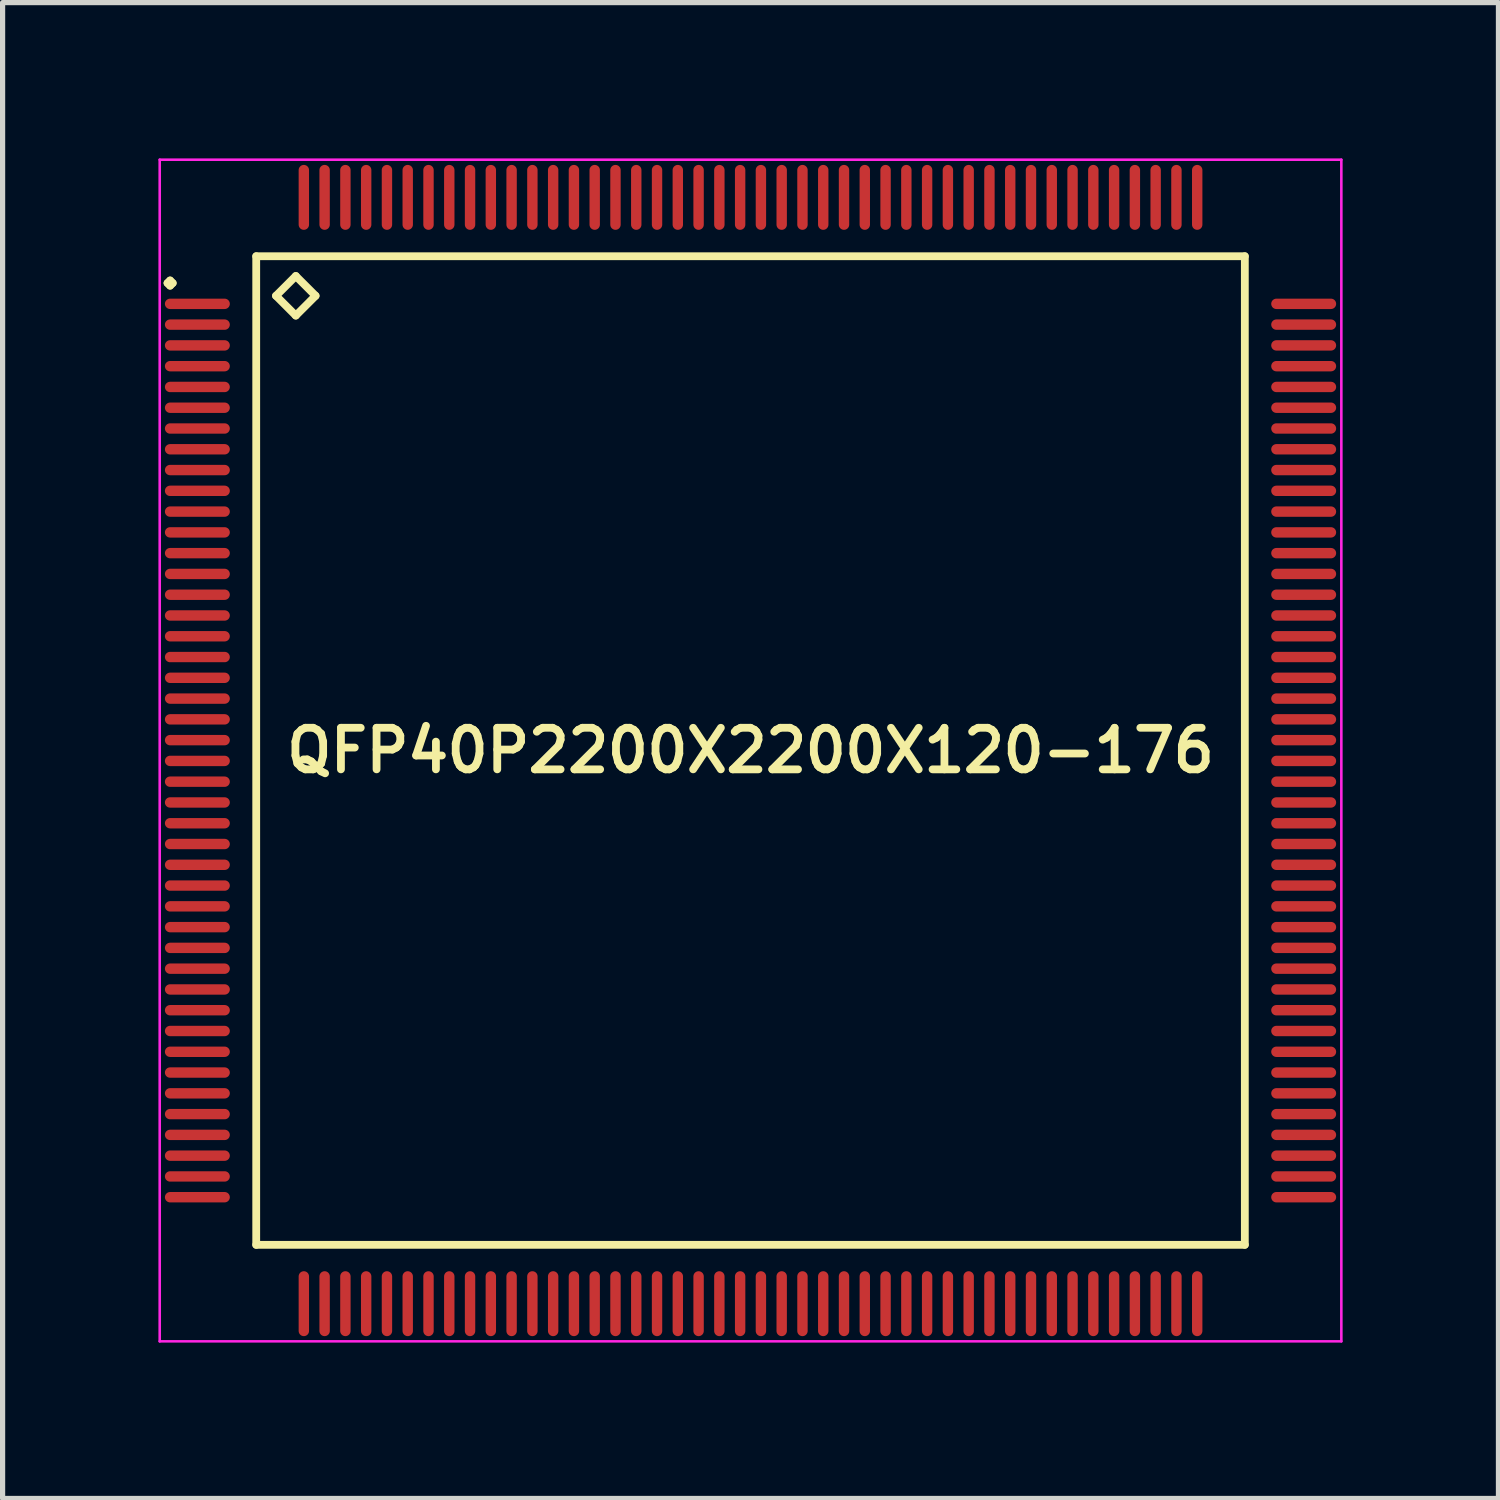
<source format=kicad_pcb>
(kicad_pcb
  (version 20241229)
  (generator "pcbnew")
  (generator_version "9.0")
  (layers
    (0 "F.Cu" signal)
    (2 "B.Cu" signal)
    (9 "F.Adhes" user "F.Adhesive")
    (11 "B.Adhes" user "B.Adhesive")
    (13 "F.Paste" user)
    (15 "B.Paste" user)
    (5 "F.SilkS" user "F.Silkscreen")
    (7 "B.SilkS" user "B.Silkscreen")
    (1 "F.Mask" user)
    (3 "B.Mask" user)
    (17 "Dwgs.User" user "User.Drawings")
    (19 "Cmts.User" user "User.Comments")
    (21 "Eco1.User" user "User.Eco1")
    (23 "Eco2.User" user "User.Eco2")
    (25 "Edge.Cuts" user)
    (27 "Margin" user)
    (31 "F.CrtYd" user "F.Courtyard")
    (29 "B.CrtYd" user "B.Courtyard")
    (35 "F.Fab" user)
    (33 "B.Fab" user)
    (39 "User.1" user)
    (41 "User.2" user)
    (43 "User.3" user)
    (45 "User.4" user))
  (footprint "QFP40P2200X2200X120-176"
    (layer "F.Cu")
    (at 11.4 11.4)
    (property "Reference" "QFP40P2200X2200X120-176" (at 0 0 0) (layer "F.SilkS") (effects (font (size 0.8 0.8) (thickness 0.15))))
    (attr smd)
    (fp_line (start -11.225 -9) (end -11.175 -9.05) (stroke (width 0.15) (type solid)) (layer "F.SilkS"))
    (fp_line (start -11.175 -9.05) (end -11.125 -9) (stroke (width 0.15) (type solid)) (layer "F.SilkS"))
    (fp_line (start -11.175 -8.95) (end -11.225 -9) (stroke (width 0.15) (type solid)) (layer "F.SilkS"))
    (fp_line (start -11.125 -9) (end -11.175 -8.95) (stroke (width 0.15) (type solid)) (layer "F.SilkS"))
    (fp_line (start -9.517 -9.517) (end -9.517 9.517) (stroke (width 0.15) (type solid)) (layer "F.SilkS"))
    (fp_line (start -9.517 9.517) (end 9.517 9.517) (stroke (width 0.15) (type solid)) (layer "F.SilkS"))
    (fp_line (start -9.136 -8.755) (end -8.755 -9.136) (stroke (width 0.15) (type solid)) (layer "F.SilkS"))
    (fp_line (start -8.755 -9.136) (end -8.374 -8.755) (stroke (width 0.15) (type solid)) (layer "F.SilkS"))
    (fp_line (start -8.755 -8.374) (end -9.136 -8.755) (stroke (width 0.15) (type solid)) (layer "F.SilkS"))
    (fp_line (start -8.374 -8.755) (end -8.755 -8.374) (stroke (width 0.15) (type solid)) (layer "F.SilkS"))
    (fp_line (start 9.517 -9.517) (end -9.517 -9.517) (stroke (width 0.15) (type solid)) (layer "F.SilkS"))
    (fp_line (start 9.517 9.517) (end 9.517 -9.517) (stroke (width 0.15) (type solid)) (layer "F.SilkS"))
    (fp_line (start -11.375 -11.375) (end 11.375 -11.375) (stroke (width 0.05) (type solid)) (layer "F.CrtYd"))
    (fp_line (start -11.375 11.375) (end -11.375 -11.375) (stroke (width 0.05) (type solid)) (layer "F.CrtYd"))
    (fp_line (start 11.375 -11.375) (end 11.375 11.375) (stroke (width 0.05) (type solid)) (layer "F.CrtYd"))
    (fp_line (start 11.375 11.375) (end -11.375 11.375) (stroke (width 0.05) (type solid)) (layer "F.CrtYd"))
    (pad "1" smd oval (at -10.65 -8.6) (size 1.25 0.2) (layers "F.Cu" "F.Mask" "F.Paste"))
    (pad "2" smd oval (at -10.65 -8.2) (size 1.25 0.2) (layers "F.Cu" "F.Mask" "F.Paste"))
    (pad "3" smd oval (at -10.65 -7.8) (size 1.25 0.2) (layers "F.Cu" "F.Mask" "F.Paste"))
    (pad "4" smd oval (at -10.65 -7.4) (size 1.25 0.2) (layers "F.Cu" "F.Mask" "F.Paste"))
    (pad "5" smd oval (at -10.65 -7) (size 1.25 0.2) (layers "F.Cu" "F.Mask" "F.Paste"))
    (pad "6" smd oval (at -10.65 -6.6) (size 1.25 0.2) (layers "F.Cu" "F.Mask" "F.Paste"))
    (pad "7" smd oval (at -10.65 -6.2) (size 1.25 0.2) (layers "F.Cu" "F.Mask" "F.Paste"))
    (pad "8" smd oval (at -10.65 -5.8) (size 1.25 0.2) (layers "F.Cu" "F.Mask" "F.Paste"))
    (pad "9" smd oval (at -10.65 -5.4) (size 1.25 0.2) (layers "F.Cu" "F.Mask" "F.Paste"))
    (pad "10" smd oval (at -10.65 -5) (size 1.25 0.2) (layers "F.Cu" "F.Mask" "F.Paste"))
    (pad "11" smd oval (at -10.65 -4.6) (size 1.25 0.2) (layers "F.Cu" "F.Mask" "F.Paste"))
    (pad "12" smd oval (at -10.65 -4.2) (size 1.25 0.2) (layers "F.Cu" "F.Mask" "F.Paste"))
    (pad "13" smd oval (at -10.65 -3.8) (size 1.25 0.2) (layers "F.Cu" "F.Mask" "F.Paste"))
    (pad "14" smd oval (at -10.65 -3.4) (size 1.25 0.2) (layers "F.Cu" "F.Mask" "F.Paste"))
    (pad "15" smd oval (at -10.65 -3) (size 1.25 0.2) (layers "F.Cu" "F.Mask" "F.Paste"))
    (pad "16" smd oval (at -10.65 -2.6) (size 1.25 0.2) (layers "F.Cu" "F.Mask" "F.Paste"))
    (pad "17" smd oval (at -10.65 -2.2) (size 1.25 0.2) (layers "F.Cu" "F.Mask" "F.Paste"))
    (pad "18" smd oval (at -10.65 -1.8) (size 1.25 0.2) (layers "F.Cu" "F.Mask" "F.Paste"))
    (pad "19" smd oval (at -10.65 -1.4) (size 1.25 0.2) (layers "F.Cu" "F.Mask" "F.Paste"))
    (pad "20" smd oval (at -10.65 -1) (size 1.25 0.2) (layers "F.Cu" "F.Mask" "F.Paste"))
    (pad "21" smd oval (at -10.65 -0.6) (size 1.25 0.2) (layers "F.Cu" "F.Mask" "F.Paste"))
    (pad "22" smd oval (at -10.65 -0.2) (size 1.25 0.2) (layers "F.Cu" "F.Mask" "F.Paste"))
    (pad "23" smd oval (at -10.65 0.2) (size 1.25 0.2) (layers "F.Cu" "F.Mask" "F.Paste"))
    (pad "24" smd oval (at -10.65 0.6) (size 1.25 0.2) (layers "F.Cu" "F.Mask" "F.Paste"))
    (pad "25" smd oval (at -10.65 1) (size 1.25 0.2) (layers "F.Cu" "F.Mask" "F.Paste"))
    (pad "26" smd oval (at -10.65 1.4) (size 1.25 0.2) (layers "F.Cu" "F.Mask" "F.Paste"))
    (pad "27" smd oval (at -10.65 1.8) (size 1.25 0.2) (layers "F.Cu" "F.Mask" "F.Paste"))
    (pad "28" smd oval (at -10.65 2.2) (size 1.25 0.2) (layers "F.Cu" "F.Mask" "F.Paste"))
    (pad "29" smd oval (at -10.65 2.6) (size 1.25 0.2) (layers "F.Cu" "F.Mask" "F.Paste"))
    (pad "30" smd oval (at -10.65 3) (size 1.25 0.2) (layers "F.Cu" "F.Mask" "F.Paste"))
    (pad "31" smd oval (at -10.65 3.4) (size 1.25 0.2) (layers "F.Cu" "F.Mask" "F.Paste"))
    (pad "32" smd oval (at -10.65 3.8) (size 1.25 0.2) (layers "F.Cu" "F.Mask" "F.Paste"))
    (pad "33" smd oval (at -10.65 4.2) (size 1.25 0.2) (layers "F.Cu" "F.Mask" "F.Paste"))
    (pad "34" smd oval (at -10.65 4.6) (size 1.25 0.2) (layers "F.Cu" "F.Mask" "F.Paste"))
    (pad "35" smd oval (at -10.65 5) (size 1.25 0.2) (layers "F.Cu" "F.Mask" "F.Paste"))
    (pad "36" smd oval (at -10.65 5.4) (size 1.25 0.2) (layers "F.Cu" "F.Mask" "F.Paste"))
    (pad "37" smd oval (at -10.65 5.8) (size 1.25 0.2) (layers "F.Cu" "F.Mask" "F.Paste"))
    (pad "38" smd oval (at -10.65 6.2) (size 1.25 0.2) (layers "F.Cu" "F.Mask" "F.Paste"))
    (pad "39" smd oval (at -10.65 6.6) (size 1.25 0.2) (layers "F.Cu" "F.Mask" "F.Paste"))
    (pad "40" smd oval (at -10.65 7) (size 1.25 0.2) (layers "F.Cu" "F.Mask" "F.Paste"))
    (pad "41" smd oval (at -10.65 7.4) (size 1.25 0.2) (layers "F.Cu" "F.Mask" "F.Paste"))
    (pad "42" smd oval (at -10.65 7.8) (size 1.25 0.2) (layers "F.Cu" "F.Mask" "F.Paste"))
    (pad "43" smd oval (at -10.65 8.2) (size 1.25 0.2) (layers "F.Cu" "F.Mask" "F.Paste"))
    (pad "44" smd oval (at -10.65 8.6) (size 1.25 0.2) (layers "F.Cu" "F.Mask" "F.Paste"))
    (pad "45" smd oval (at -8.6 10.65) (size 0.2 1.25) (layers "F.Cu" "F.Mask" "F.Paste"))
    (pad "46" smd oval (at -8.2 10.65) (size 0.2 1.25) (layers "F.Cu" "F.Mask" "F.Paste"))
    (pad "47" smd oval (at -7.8 10.65) (size 0.2 1.25) (layers "F.Cu" "F.Mask" "F.Paste"))
    (pad "48" smd oval (at -7.4 10.65) (size 0.2 1.25) (layers "F.Cu" "F.Mask" "F.Paste"))
    (pad "49" smd oval (at -7 10.65) (size 0.2 1.25) (layers "F.Cu" "F.Mask" "F.Paste"))
    (pad "50" smd oval (at -6.6 10.65) (size 0.2 1.25) (layers "F.Cu" "F.Mask" "F.Paste"))
    (pad "51" smd oval (at -6.2 10.65) (size 0.2 1.25) (layers "F.Cu" "F.Mask" "F.Paste"))
    (pad "52" smd oval (at -5.8 10.65) (size 0.2 1.25) (layers "F.Cu" "F.Mask" "F.Paste"))
    (pad "53" smd oval (at -5.4 10.65) (size 0.2 1.25) (layers "F.Cu" "F.Mask" "F.Paste"))
    (pad "54" smd oval (at -5 10.65) (size 0.2 1.25) (layers "F.Cu" "F.Mask" "F.Paste"))
    (pad "55" smd oval (at -4.6 10.65) (size 0.2 1.25) (layers "F.Cu" "F.Mask" "F.Paste"))
    (pad "56" smd oval (at -4.2 10.65) (size 0.2 1.25) (layers "F.Cu" "F.Mask" "F.Paste"))
    (pad "57" smd oval (at -3.8 10.65) (size 0.2 1.25) (layers "F.Cu" "F.Mask" "F.Paste"))
    (pad "58" smd oval (at -3.4 10.65) (size 0.2 1.25) (layers "F.Cu" "F.Mask" "F.Paste"))
    (pad "59" smd oval (at -3 10.65) (size 0.2 1.25) (layers "F.Cu" "F.Mask" "F.Paste"))
    (pad "60" smd oval (at -2.6 10.65) (size 0.2 1.25) (layers "F.Cu" "F.Mask" "F.Paste"))
    (pad "61" smd oval (at -2.2 10.65) (size 0.2 1.25) (layers "F.Cu" "F.Mask" "F.Paste"))
    (pad "62" smd oval (at -1.8 10.65) (size 0.2 1.25) (layers "F.Cu" "F.Mask" "F.Paste"))
    (pad "63" smd oval (at -1.4 10.65) (size 0.2 1.25) (layers "F.Cu" "F.Mask" "F.Paste"))
    (pad "64" smd oval (at -1 10.65) (size 0.2 1.25) (layers "F.Cu" "F.Mask" "F.Paste"))
    (pad "65" smd oval (at -0.6 10.65) (size 0.2 1.25) (layers "F.Cu" "F.Mask" "F.Paste"))
    (pad "66" smd oval (at -0.2 10.65) (size 0.2 1.25) (layers "F.Cu" "F.Mask" "F.Paste"))
    (pad "67" smd oval (at 0.2 10.65) (size 0.2 1.25) (layers "F.Cu" "F.Mask" "F.Paste"))
    (pad "68" smd oval (at 0.6 10.65) (size 0.2 1.25) (layers "F.Cu" "F.Mask" "F.Paste"))
    (pad "69" smd oval (at 1 10.65) (size 0.2 1.25) (layers "F.Cu" "F.Mask" "F.Paste"))
    (pad "70" smd oval (at 1.4 10.65) (size 0.2 1.25) (layers "F.Cu" "F.Mask" "F.Paste"))
    (pad "71" smd oval (at 1.8 10.65) (size 0.2 1.25) (layers "F.Cu" "F.Mask" "F.Paste"))
    (pad "72" smd oval (at 2.2 10.65) (size 0.2 1.25) (layers "F.Cu" "F.Mask" "F.Paste"))
    (pad "73" smd oval (at 2.6 10.65) (size 0.2 1.25) (layers "F.Cu" "F.Mask" "F.Paste"))
    (pad "74" smd oval (at 3 10.65) (size 0.2 1.25) (layers "F.Cu" "F.Mask" "F.Paste"))
    (pad "75" smd oval (at 3.4 10.65) (size 0.2 1.25) (layers "F.Cu" "F.Mask" "F.Paste"))
    (pad "76" smd oval (at 3.8 10.65) (size 0.2 1.25) (layers "F.Cu" "F.Mask" "F.Paste"))
    (pad "77" smd oval (at 4.2 10.65) (size 0.2 1.25) (layers "F.Cu" "F.Mask" "F.Paste"))
    (pad "78" smd oval (at 4.6 10.65) (size 0.2 1.25) (layers "F.Cu" "F.Mask" "F.Paste"))
    (pad "79" smd oval (at 5 10.65) (size 0.2 1.25) (layers "F.Cu" "F.Mask" "F.Paste"))
    (pad "80" smd oval (at 5.4 10.65) (size 0.2 1.25) (layers "F.Cu" "F.Mask" "F.Paste"))
    (pad "81" smd oval (at 5.8 10.65) (size 0.2 1.25) (layers "F.Cu" "F.Mask" "F.Paste"))
    (pad "82" smd oval (at 6.2 10.65) (size 0.2 1.25) (layers "F.Cu" "F.Mask" "F.Paste"))
    (pad "83" smd oval (at 6.6 10.65) (size 0.2 1.25) (layers "F.Cu" "F.Mask" "F.Paste"))
    (pad "84" smd oval (at 7 10.65) (size 0.2 1.25) (layers "F.Cu" "F.Mask" "F.Paste"))
    (pad "85" smd oval (at 7.4 10.65) (size 0.2 1.25) (layers "F.Cu" "F.Mask" "F.Paste"))
    (pad "86" smd oval (at 7.8 10.65) (size 0.2 1.25) (layers "F.Cu" "F.Mask" "F.Paste"))
    (pad "87" smd oval (at 8.2 10.65) (size 0.2 1.25) (layers "F.Cu" "F.Mask" "F.Paste"))
    (pad "88" smd oval (at 8.6 10.65) (size 0.2 1.25) (layers "F.Cu" "F.Mask" "F.Paste"))
    (pad "89" smd oval (at 10.65 8.6) (size 1.25 0.2) (layers "F.Cu" "F.Mask" "F.Paste"))
    (pad "90" smd oval (at 10.65 8.2) (size 1.25 0.2) (layers "F.Cu" "F.Mask" "F.Paste"))
    (pad "91" smd oval (at 10.65 7.8) (size 1.25 0.2) (layers "F.Cu" "F.Mask" "F.Paste"))
    (pad "92" smd oval (at 10.65 7.4) (size 1.25 0.2) (layers "F.Cu" "F.Mask" "F.Paste"))
    (pad "93" smd oval (at 10.65 7) (size 1.25 0.2) (layers "F.Cu" "F.Mask" "F.Paste"))
    (pad "94" smd oval (at 10.65 6.6) (size 1.25 0.2) (layers "F.Cu" "F.Mask" "F.Paste"))
    (pad "95" smd oval (at 10.65 6.2) (size 1.25 0.2) (layers "F.Cu" "F.Mask" "F.Paste"))
    (pad "96" smd oval (at 10.65 5.8) (size 1.25 0.2) (layers "F.Cu" "F.Mask" "F.Paste"))
    (pad "97" smd oval (at 10.65 5.4) (size 1.25 0.2) (layers "F.Cu" "F.Mask" "F.Paste"))
    (pad "98" smd oval (at 10.65 5) (size 1.25 0.2) (layers "F.Cu" "F.Mask" "F.Paste"))
    (pad "99" smd oval (at 10.65 4.6) (size 1.25 0.2) (layers "F.Cu" "F.Mask" "F.Paste"))
    (pad "100" smd oval (at 10.65 4.2) (size 1.25 0.2) (layers "F.Cu" "F.Mask" "F.Paste"))
    (pad "101" smd oval (at 10.65 3.8) (size 1.25 0.2) (layers "F.Cu" "F.Mask" "F.Paste"))
    (pad "102" smd oval (at 10.65 3.4) (size 1.25 0.2) (layers "F.Cu" "F.Mask" "F.Paste"))
    (pad "103" smd oval (at 10.65 3) (size 1.25 0.2) (layers "F.Cu" "F.Mask" "F.Paste"))
    (pad "104" smd oval (at 10.65 2.6) (size 1.25 0.2) (layers "F.Cu" "F.Mask" "F.Paste"))
    (pad "105" smd oval (at 10.65 2.2) (size 1.25 0.2) (layers "F.Cu" "F.Mask" "F.Paste"))
    (pad "106" smd oval (at 10.65 1.8) (size 1.25 0.2) (layers "F.Cu" "F.Mask" "F.Paste"))
    (pad "107" smd oval (at 10.65 1.4) (size 1.25 0.2) (layers "F.Cu" "F.Mask" "F.Paste"))
    (pad "108" smd oval (at 10.65 1) (size 1.25 0.2) (layers "F.Cu" "F.Mask" "F.Paste"))
    (pad "109" smd oval (at 10.65 0.6) (size 1.25 0.2) (layers "F.Cu" "F.Mask" "F.Paste"))
    (pad "110" smd oval (at 10.65 0.2) (size 1.25 0.2) (layers "F.Cu" "F.Mask" "F.Paste"))
    (pad "111" smd oval (at 10.65 -0.2) (size 1.25 0.2) (layers "F.Cu" "F.Mask" "F.Paste"))
    (pad "112" smd oval (at 10.65 -0.6) (size 1.25 0.2) (layers "F.Cu" "F.Mask" "F.Paste"))
    (pad "113" smd oval (at 10.65 -1) (size 1.25 0.2) (layers "F.Cu" "F.Mask" "F.Paste"))
    (pad "114" smd oval (at 10.65 -1.4) (size 1.25 0.2) (layers "F.Cu" "F.Mask" "F.Paste"))
    (pad "115" smd oval (at 10.65 -1.8) (size 1.25 0.2) (layers "F.Cu" "F.Mask" "F.Paste"))
    (pad "116" smd oval (at 10.65 -2.2) (size 1.25 0.2) (layers "F.Cu" "F.Mask" "F.Paste"))
    (pad "117" smd oval (at 10.65 -2.6) (size 1.25 0.2) (layers "F.Cu" "F.Mask" "F.Paste"))
    (pad "118" smd oval (at 10.65 -3) (size 1.25 0.2) (layers "F.Cu" "F.Mask" "F.Paste"))
    (pad "119" smd oval (at 10.65 -3.4) (size 1.25 0.2) (layers "F.Cu" "F.Mask" "F.Paste"))
    (pad "120" smd oval (at 10.65 -3.8) (size 1.25 0.2) (layers "F.Cu" "F.Mask" "F.Paste"))
    (pad "121" smd oval (at 10.65 -4.2) (size 1.25 0.2) (layers "F.Cu" "F.Mask" "F.Paste"))
    (pad "122" smd oval (at 10.65 -4.6) (size 1.25 0.2) (layers "F.Cu" "F.Mask" "F.Paste"))
    (pad "123" smd oval (at 10.65 -5) (size 1.25 0.2) (layers "F.Cu" "F.Mask" "F.Paste"))
    (pad "124" smd oval (at 10.65 -5.4) (size 1.25 0.2) (layers "F.Cu" "F.Mask" "F.Paste"))
    (pad "125" smd oval (at 10.65 -5.8) (size 1.25 0.2) (layers "F.Cu" "F.Mask" "F.Paste"))
    (pad "126" smd oval (at 10.65 -6.2) (size 1.25 0.2) (layers "F.Cu" "F.Mask" "F.Paste"))
    (pad "127" smd oval (at 10.65 -6.6) (size 1.25 0.2) (layers "F.Cu" "F.Mask" "F.Paste"))
    (pad "128" smd oval (at 10.65 -7) (size 1.25 0.2) (layers "F.Cu" "F.Mask" "F.Paste"))
    (pad "129" smd oval (at 10.65 -7.4) (size 1.25 0.2) (layers "F.Cu" "F.Mask" "F.Paste"))
    (pad "130" smd oval (at 10.65 -7.8) (size 1.25 0.2) (layers "F.Cu" "F.Mask" "F.Paste"))
    (pad "131" smd oval (at 10.65 -8.2) (size 1.25 0.2) (layers "F.Cu" "F.Mask" "F.Paste"))
    (pad "132" smd oval (at 10.65 -8.6) (size 1.25 0.2) (layers "F.Cu" "F.Mask" "F.Paste"))
    (pad "133" smd oval (at 8.6 -10.65) (size 0.2 1.25) (layers "F.Cu" "F.Mask" "F.Paste"))
    (pad "134" smd oval (at 8.2 -10.65) (size 0.2 1.25) (layers "F.Cu" "F.Mask" "F.Paste"))
    (pad "135" smd oval (at 7.8 -10.65) (size 0.2 1.25) (layers "F.Cu" "F.Mask" "F.Paste"))
    (pad "136" smd oval (at 7.4 -10.65) (size 0.2 1.25) (layers "F.Cu" "F.Mask" "F.Paste"))
    (pad "137" smd oval (at 7 -10.65) (size 0.2 1.25) (layers "F.Cu" "F.Mask" "F.Paste"))
    (pad "138" smd oval (at 6.6 -10.65) (size 0.2 1.25) (layers "F.Cu" "F.Mask" "F.Paste"))
    (pad "139" smd oval (at 6.2 -10.65) (size 0.2 1.25) (layers "F.Cu" "F.Mask" "F.Paste"))
    (pad "140" smd oval (at 5.8 -10.65) (size 0.2 1.25) (layers "F.Cu" "F.Mask" "F.Paste"))
    (pad "141" smd oval (at 5.4 -10.65) (size 0.2 1.25) (layers "F.Cu" "F.Mask" "F.Paste"))
    (pad "142" smd oval (at 5 -10.65) (size 0.2 1.25) (layers "F.Cu" "F.Mask" "F.Paste"))
    (pad "143" smd oval (at 4.6 -10.65) (size 0.2 1.25) (layers "F.Cu" "F.Mask" "F.Paste"))
    (pad "144" smd oval (at 4.2 -10.65) (size 0.2 1.25) (layers "F.Cu" "F.Mask" "F.Paste"))
    (pad "145" smd oval (at 3.8 -10.65) (size 0.2 1.25) (layers "F.Cu" "F.Mask" "F.Paste"))
    (pad "146" smd oval (at 3.4 -10.65) (size 0.2 1.25) (layers "F.Cu" "F.Mask" "F.Paste"))
    (pad "147" smd oval (at 3 -10.65) (size 0.2 1.25) (layers "F.Cu" "F.Mask" "F.Paste"))
    (pad "148" smd oval (at 2.6 -10.65) (size 0.2 1.25) (layers "F.Cu" "F.Mask" "F.Paste"))
    (pad "149" smd oval (at 2.2 -10.65) (size 0.2 1.25) (layers "F.Cu" "F.Mask" "F.Paste"))
    (pad "150" smd oval (at 1.8 -10.65) (size 0.2 1.25) (layers "F.Cu" "F.Mask" "F.Paste"))
    (pad "151" smd oval (at 1.4 -10.65) (size 0.2 1.25) (layers "F.Cu" "F.Mask" "F.Paste"))
    (pad "152" smd oval (at 1 -10.65) (size 0.2 1.25) (layers "F.Cu" "F.Mask" "F.Paste"))
    (pad "153" smd oval (at 0.6 -10.65) (size 0.2 1.25) (layers "F.Cu" "F.Mask" "F.Paste"))
    (pad "154" smd oval (at 0.2 -10.65) (size 0.2 1.25) (layers "F.Cu" "F.Mask" "F.Paste"))
    (pad "155" smd oval (at -0.2 -10.65) (size 0.2 1.25) (layers "F.Cu" "F.Mask" "F.Paste"))
    (pad "156" smd oval (at -0.6 -10.65) (size 0.2 1.25) (layers "F.Cu" "F.Mask" "F.Paste"))
    (pad "157" smd oval (at -1 -10.65) (size 0.2 1.25) (layers "F.Cu" "F.Mask" "F.Paste"))
    (pad "158" smd oval (at -1.4 -10.65) (size 0.2 1.25) (layers "F.Cu" "F.Mask" "F.Paste"))
    (pad "159" smd oval (at -1.8 -10.65) (size 0.2 1.25) (layers "F.Cu" "F.Mask" "F.Paste"))
    (pad "160" smd oval (at -2.2 -10.65) (size 0.2 1.25) (layers "F.Cu" "F.Mask" "F.Paste"))
    (pad "161" smd oval (at -2.6 -10.65) (size 0.2 1.25) (layers "F.Cu" "F.Mask" "F.Paste"))
    (pad "162" smd oval (at -3 -10.65) (size 0.2 1.25) (layers "F.Cu" "F.Mask" "F.Paste"))
    (pad "163" smd oval (at -3.4 -10.65) (size 0.2 1.25) (layers "F.Cu" "F.Mask" "F.Paste"))
    (pad "164" smd oval (at -3.8 -10.65) (size 0.2 1.25) (layers "F.Cu" "F.Mask" "F.Paste"))
    (pad "165" smd oval (at -4.2 -10.65) (size 0.2 1.25) (layers "F.Cu" "F.Mask" "F.Paste"))
    (pad "166" smd oval (at -4.6 -10.65) (size 0.2 1.25) (layers "F.Cu" "F.Mask" "F.Paste"))
    (pad "167" smd oval (at -5 -10.65) (size 0.2 1.25) (layers "F.Cu" "F.Mask" "F.Paste"))
    (pad "168" smd oval (at -5.4 -10.65) (size 0.2 1.25) (layers "F.Cu" "F.Mask" "F.Paste"))
    (pad "169" smd oval (at -5.8 -10.65) (size 0.2 1.25) (layers "F.Cu" "F.Mask" "F.Paste"))
    (pad "170" smd oval (at -6.2 -10.65) (size 0.2 1.25) (layers "F.Cu" "F.Mask" "F.Paste"))
    (pad "171" smd oval (at -6.6 -10.65) (size 0.2 1.25) (layers "F.Cu" "F.Mask" "F.Paste"))
    (pad "172" smd oval (at -7 -10.65) (size 0.2 1.25) (layers "F.Cu" "F.Mask" "F.Paste"))
    (pad "173" smd oval (at -7.4 -10.65) (size 0.2 1.25) (layers "F.Cu" "F.Mask" "F.Paste"))
    (pad "174" smd oval (at -7.8 -10.65) (size 0.2 1.25) (layers "F.Cu" "F.Mask" "F.Paste"))
    (pad "175" smd oval (at -8.2 -10.65) (size 0.2 1.25) (layers "F.Cu" "F.Mask" "F.Paste"))
    (pad "176" smd oval (at -8.6 -10.65) (size 0.2 1.25) (layers "F.Cu" "F.Mask" "F.Paste")))
  (gr_rect
    (start -3 -3)
    (end 25.8 25.8)
    (stroke (width 0.1) (type default))
    (fill no)
    (layer "Edge.Cuts")))
</source>
